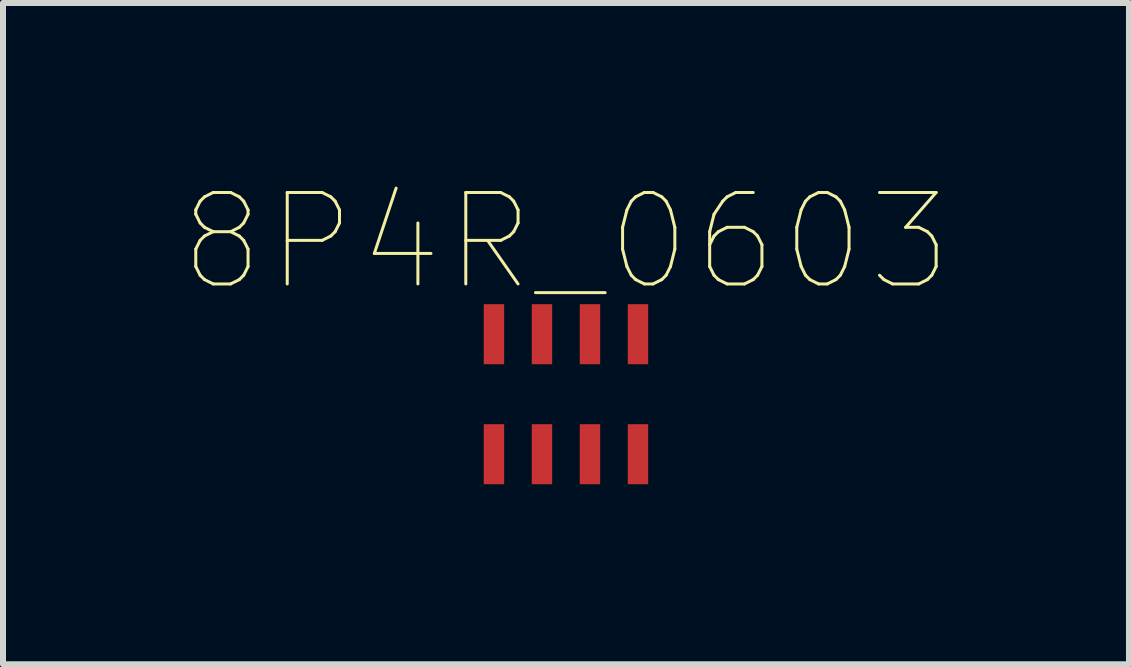
<source format=kicad_pcb>
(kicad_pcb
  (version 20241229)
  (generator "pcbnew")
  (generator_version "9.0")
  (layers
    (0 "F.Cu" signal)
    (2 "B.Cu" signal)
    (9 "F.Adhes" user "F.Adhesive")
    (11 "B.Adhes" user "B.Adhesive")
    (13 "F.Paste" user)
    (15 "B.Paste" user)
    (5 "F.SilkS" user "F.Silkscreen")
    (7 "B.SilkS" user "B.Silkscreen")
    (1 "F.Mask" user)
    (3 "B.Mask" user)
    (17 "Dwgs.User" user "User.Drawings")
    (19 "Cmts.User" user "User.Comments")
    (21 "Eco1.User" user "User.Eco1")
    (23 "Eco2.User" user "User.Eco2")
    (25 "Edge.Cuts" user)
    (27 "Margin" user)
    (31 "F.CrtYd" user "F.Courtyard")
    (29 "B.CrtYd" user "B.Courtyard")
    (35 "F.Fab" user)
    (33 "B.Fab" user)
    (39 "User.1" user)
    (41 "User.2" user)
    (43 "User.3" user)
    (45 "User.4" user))
  (footprint "8P4R_0603"
    (layer "F.Cu")
    (at 6.381 3.519)
    (property "Reference" "8P4R_0603" (at 0 -2.54 0) (layer "F.SilkS") (effects (font (size 1.524 1.524) (thickness 0.05))))
    (attr smd)
    (pad "1" smd rect (at -1.2 1 180) (size 0.34 1) (layers "F.Cu" "F.Mask" "F.Paste"))
    (pad "2" smd rect (at -0.4 1 180) (size 0.34 1) (layers "F.Cu" "F.Mask" "F.Paste"))
    (pad "3" smd rect (at 0.4 1 180) (size 0.34 1) (layers "F.Cu" "F.Mask" "F.Paste"))
    (pad "4" smd rect (at 1.2 1 180) (size 0.34 1) (layers "F.Cu" "F.Mask" "F.Paste"))
    (pad "5" smd rect (at 1.2 -1 180) (size 0.34 1) (layers "F.Cu" "F.Mask" "F.Paste"))
    (pad "6" smd rect (at 0.4 -1 180) (size 0.34 1) (layers "F.Cu" "F.Mask" "F.Paste"))
    (pad "7" smd rect (at -0.4 -1 180) (size 0.34 1) (layers "F.Cu" "F.Mask" "F.Paste"))
    (pad "8" smd rect (at -1.2 -1 180) (size 0.34 1) (layers "F.Cu" "F.Mask" "F.Paste")))
  (gr_rect
    (start -3 -3)
    (end 15.763 8.019)
    (stroke (width 0.1) (type default))
    (fill no)
    (layer "Edge.Cuts")))
</source>
